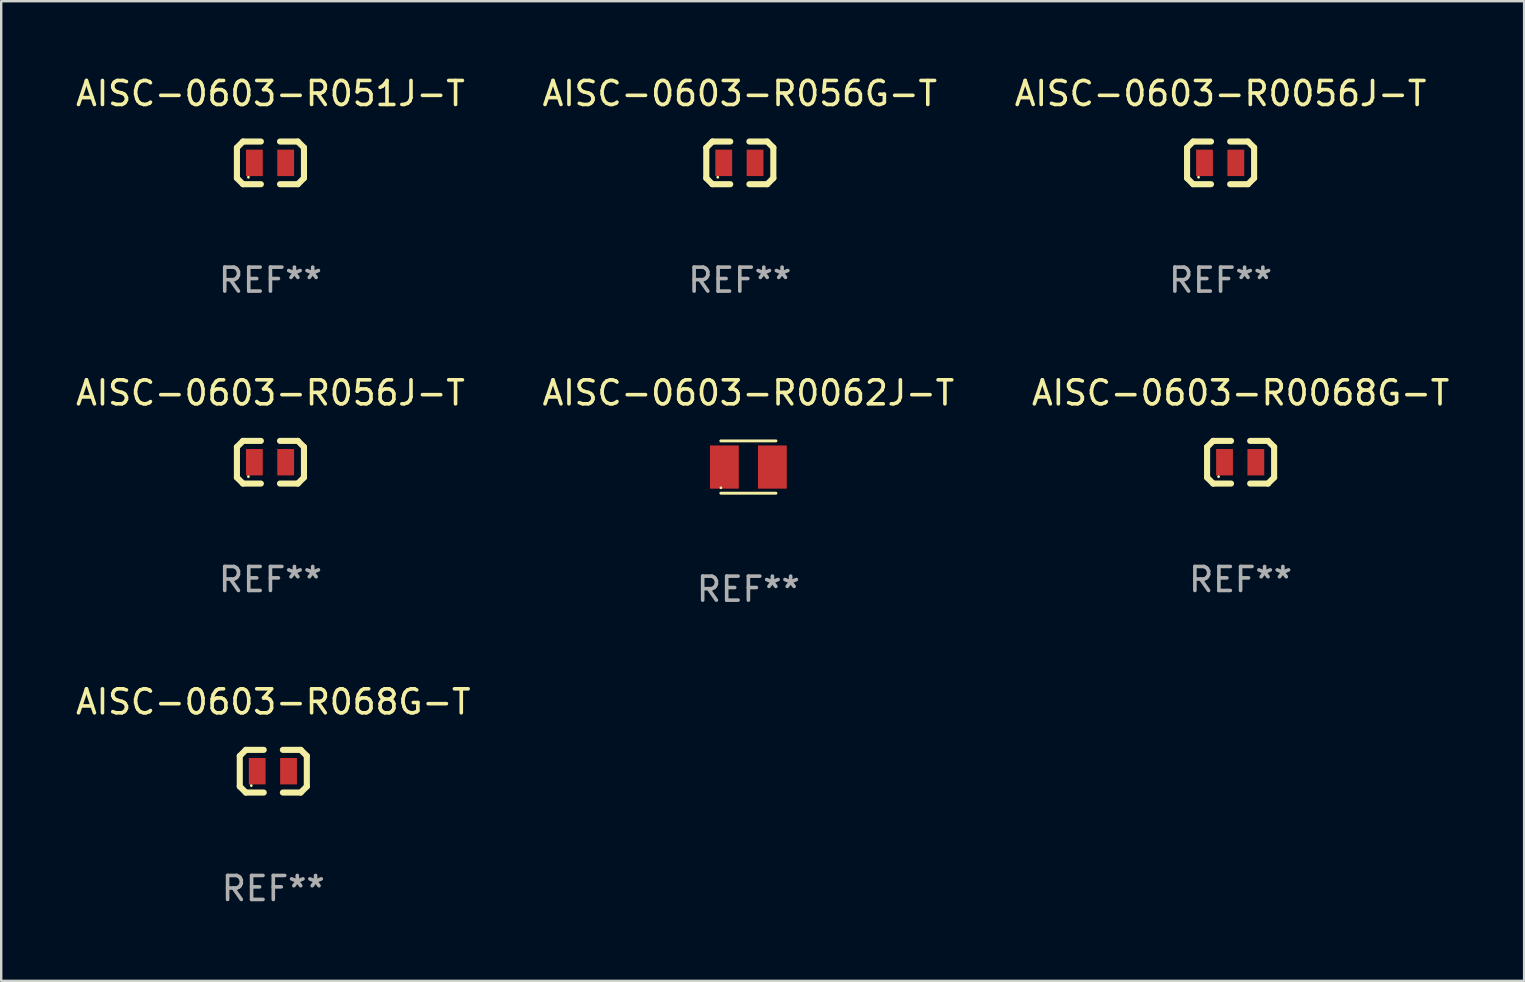
<source format=kicad_pcb>
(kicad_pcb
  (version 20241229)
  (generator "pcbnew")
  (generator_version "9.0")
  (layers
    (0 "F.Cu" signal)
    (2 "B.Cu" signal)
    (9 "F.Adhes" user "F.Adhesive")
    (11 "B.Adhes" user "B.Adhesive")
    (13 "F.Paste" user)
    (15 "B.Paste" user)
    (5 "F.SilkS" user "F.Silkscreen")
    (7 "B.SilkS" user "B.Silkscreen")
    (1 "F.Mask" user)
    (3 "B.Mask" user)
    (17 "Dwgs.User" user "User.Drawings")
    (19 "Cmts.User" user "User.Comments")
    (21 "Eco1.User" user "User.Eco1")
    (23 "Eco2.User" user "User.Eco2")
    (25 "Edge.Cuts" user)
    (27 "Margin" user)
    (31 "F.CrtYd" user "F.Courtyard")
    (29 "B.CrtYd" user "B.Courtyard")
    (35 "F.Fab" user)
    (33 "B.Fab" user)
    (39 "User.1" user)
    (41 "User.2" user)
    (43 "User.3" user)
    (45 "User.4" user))
  (footprint "AISC-0603-R056J-T"
    (layer "F.Cu")
    (at 8.22 16.212)
    (property "Reference" "AISC-0603-R056J-T" (at 0 -2.889 0) (layer "F.SilkS") (effects (font (size 1 1) (thickness 0.15))))
    (attr through_hole)
    (fp_line (start -1.397 -0.635) (end -1.397 0.635) (stroke (width 0.254) (type solid)) (layer "F.SilkS"))
    (fp_line (start -1.397 0.635) (end -1.143 0.889) (stroke (width 0.254) (type solid)) (layer "F.SilkS"))
    (fp_line (start -1.143 -0.889) (end -1.397 -0.635) (stroke (width 0.254) (type solid)) (layer "F.SilkS"))
    (fp_line (start -1.143 -0.889) (end -0.399 -0.889) (stroke (width 0.254) (type solid)) (layer "F.SilkS"))
    (fp_line (start -1.143 0.889) (end -0.399 0.889) (stroke (width 0.254) (type solid)) (layer "F.SilkS"))
    (fp_line (start 1.143 -0.889) (end 0.399 -0.889) (stroke (width 0.254) (type solid)) (layer "F.SilkS"))
    (fp_line (start 1.143 0.889) (end 0.399 0.889) (stroke (width 0.254) (type solid)) (layer "F.SilkS"))
    (fp_line (start 1.143 0.889) (end 1.397 0.635) (stroke (width 0.254) (type solid)) (layer "F.SilkS"))
    (fp_line (start 1.397 -0.635) (end 1.143 -0.889) (stroke (width 0.254) (type solid)) (layer "F.SilkS"))
    (fp_line (start 1.397 0.635) (end 1.397 -0.635) (stroke (width 0.254) (type solid)) (layer "F.SilkS"))
    (fp_circle (center -0.918 0.6) (end -0.888 0.6) (stroke (width 0.06) (type solid)) (fill no) (layer "F.SilkS"))
    (fp_text user "REF**" (at 0 4.889 0) (layer "F.Fab") (effects (font (size 1 1) (thickness 0.15))))
    (pad "1" smd rect (at -0.67 0) (size 0.7 1.1) (layers "F.Cu" "F.Mask" "F.Paste"))
    (pad "2" smd rect (at 0.635 0) (size 0.7 1.1) (layers "F.Cu" "F.Mask" "F.Paste")))
  (footprint "AISC-0603-R0056J-T"
    (layer "F.Cu")
    (at 47.815 3.737)
    (property "Reference" "AISC-0603-R0056J-T" (at 0 -2.889 0) (layer "F.SilkS") (effects (font (size 1 1) (thickness 0.15))))
    (attr through_hole)
    (fp_line (start -1.397 -0.635) (end -1.397 0.635) (stroke (width 0.254) (type solid)) (layer "F.SilkS"))
    (fp_line (start -1.397 0.635) (end -1.143 0.889) (stroke (width 0.254) (type solid)) (layer "F.SilkS"))
    (fp_line (start -1.143 -0.889) (end -1.397 -0.635) (stroke (width 0.254) (type solid)) (layer "F.SilkS"))
    (fp_line (start -1.143 -0.889) (end -0.399 -0.889) (stroke (width 0.254) (type solid)) (layer "F.SilkS"))
    (fp_line (start -1.143 0.889) (end -0.399 0.889) (stroke (width 0.254) (type solid)) (layer "F.SilkS"))
    (fp_line (start 1.143 -0.889) (end 0.399 -0.889) (stroke (width 0.254) (type solid)) (layer "F.SilkS"))
    (fp_line (start 1.143 0.889) (end 0.399 0.889) (stroke (width 0.254) (type solid)) (layer "F.SilkS"))
    (fp_line (start 1.143 0.889) (end 1.397 0.635) (stroke (width 0.254) (type solid)) (layer "F.SilkS"))
    (fp_line (start 1.397 -0.635) (end 1.143 -0.889) (stroke (width 0.254) (type solid)) (layer "F.SilkS"))
    (fp_line (start 1.397 0.635) (end 1.397 -0.635) (stroke (width 0.254) (type solid)) (layer "F.SilkS"))
    (fp_circle (center -0.918 0.6) (end -0.888 0.6) (stroke (width 0.06) (type solid)) (fill no) (layer "F.SilkS"))
    (fp_text user "REF**" (at 0 4.889 0) (layer "F.Fab") (effects (font (size 1 1) (thickness 0.15))))
    (pad "1" smd rect (at -0.67 0) (size 0.7 1.1) (layers "F.Cu" "F.Mask" "F.Paste"))
    (pad "2" smd rect (at 0.635 0) (size 0.7 1.1) (layers "F.Cu" "F.Mask" "F.Paste")))
  (footprint "AISC-0603-R068G-T"
    (layer "F.Cu")
    (at 8.339 29.088)
    (property "Reference" "AISC-0603-R068G-T" (at 0 -2.889 0) (layer "F.SilkS") (effects (font (size 1 1) (thickness 0.15))))
    (attr through_hole)
    (fp_line (start -1.397 -0.635) (end -1.397 0.635) (stroke (width 0.254) (type solid)) (layer "F.SilkS"))
    (fp_line (start -1.397 0.635) (end -1.143 0.889) (stroke (width 0.254) (type solid)) (layer "F.SilkS"))
    (fp_line (start -1.143 -0.889) (end -1.397 -0.635) (stroke (width 0.254) (type solid)) (layer "F.SilkS"))
    (fp_line (start -1.143 -0.889) (end -0.399 -0.889) (stroke (width 0.254) (type solid)) (layer "F.SilkS"))
    (fp_line (start -1.143 0.889) (end -0.399 0.889) (stroke (width 0.254) (type solid)) (layer "F.SilkS"))
    (fp_line (start 1.143 -0.889) (end 0.399 -0.889) (stroke (width 0.254) (type solid)) (layer "F.SilkS"))
    (fp_line (start 1.143 0.889) (end 0.399 0.889) (stroke (width 0.254) (type solid)) (layer "F.SilkS"))
    (fp_line (start 1.143 0.889) (end 1.397 0.635) (stroke (width 0.254) (type solid)) (layer "F.SilkS"))
    (fp_line (start 1.397 -0.635) (end 1.143 -0.889) (stroke (width 0.254) (type solid)) (layer "F.SilkS"))
    (fp_line (start 1.397 0.635) (end 1.397 -0.635) (stroke (width 0.254) (type solid)) (layer "F.SilkS"))
    (fp_circle (center -0.918 0.6) (end -0.888 0.6) (stroke (width 0.06) (type solid)) (fill no) (layer "F.SilkS"))
    (fp_text user "REF**" (at 0 4.889 0) (layer "F.Fab") (effects (font (size 1 1) (thickness 0.15))))
    (pad "1" smd rect (at -0.67 0) (size 0.7 1.1) (layers "F.Cu" "F.Mask" "F.Paste"))
    (pad "2" smd rect (at 0.635 0) (size 0.7 1.1) (layers "F.Cu" "F.Mask" "F.Paste")))
  (footprint "AISC-0603-R056G-T"
    (layer "F.Cu")
    (at 27.78 3.737)
    (property "Reference" "AISC-0603-R056G-T" (at 0 -2.889 0) (layer "F.SilkS") (effects (font (size 1 1) (thickness 0.15))))
    (attr through_hole)
    (fp_line (start -1.397 -0.635) (end -1.397 0.635) (stroke (width 0.254) (type solid)) (layer "F.SilkS"))
    (fp_line (start -1.397 0.635) (end -1.143 0.889) (stroke (width 0.254) (type solid)) (layer "F.SilkS"))
    (fp_line (start -1.143 -0.889) (end -1.397 -0.635) (stroke (width 0.254) (type solid)) (layer "F.SilkS"))
    (fp_line (start -1.143 -0.889) (end -0.399 -0.889) (stroke (width 0.254) (type solid)) (layer "F.SilkS"))
    (fp_line (start -1.143 0.889) (end -0.399 0.889) (stroke (width 0.254) (type solid)) (layer "F.SilkS"))
    (fp_line (start 1.143 -0.889) (end 0.399 -0.889) (stroke (width 0.254) (type solid)) (layer "F.SilkS"))
    (fp_line (start 1.143 0.889) (end 0.399 0.889) (stroke (width 0.254) (type solid)) (layer "F.SilkS"))
    (fp_line (start 1.143 0.889) (end 1.397 0.635) (stroke (width 0.254) (type solid)) (layer "F.SilkS"))
    (fp_line (start 1.397 -0.635) (end 1.143 -0.889) (stroke (width 0.254) (type solid)) (layer "F.SilkS"))
    (fp_line (start 1.397 0.635) (end 1.397 -0.635) (stroke (width 0.254) (type solid)) (layer "F.SilkS"))
    (fp_circle (center -0.918 0.6) (end -0.888 0.6) (stroke (width 0.06) (type solid)) (fill no) (layer "F.SilkS"))
    (fp_text user "REF**" (at 0 4.889 0) (layer "F.Fab") (effects (font (size 1 1) (thickness 0.15))))
    (pad "1" smd rect (at -0.67 0) (size 0.7 1.1) (layers "F.Cu" "F.Mask" "F.Paste"))
    (pad "2" smd rect (at 0.635 0) (size 0.7 1.1) (layers "F.Cu" "F.Mask" "F.Paste")))
  (footprint "AISC-0603-R051J-T"
    (layer "F.Cu")
    (at 8.22 3.737)
    (property "Reference" "AISC-0603-R051J-T" (at 0 -2.889 0) (layer "F.SilkS") (effects (font (size 1 1) (thickness 0.15))))
    (attr through_hole)
    (fp_line (start -1.397 -0.635) (end -1.397 0.635) (stroke (width 0.254) (type solid)) (layer "F.SilkS"))
    (fp_line (start -1.397 0.635) (end -1.143 0.889) (stroke (width 0.254) (type solid)) (layer "F.SilkS"))
    (fp_line (start -1.143 -0.889) (end -1.397 -0.635) (stroke (width 0.254) (type solid)) (layer "F.SilkS"))
    (fp_line (start -1.143 -0.889) (end -0.399 -0.889) (stroke (width 0.254) (type solid)) (layer "F.SilkS"))
    (fp_line (start -1.143 0.889) (end -0.399 0.889) (stroke (width 0.254) (type solid)) (layer "F.SilkS"))
    (fp_line (start 1.143 -0.889) (end 0.399 -0.889) (stroke (width 0.254) (type solid)) (layer "F.SilkS"))
    (fp_line (start 1.143 0.889) (end 0.399 0.889) (stroke (width 0.254) (type solid)) (layer "F.SilkS"))
    (fp_line (start 1.143 0.889) (end 1.397 0.635) (stroke (width 0.254) (type solid)) (layer "F.SilkS"))
    (fp_line (start 1.397 -0.635) (end 1.143 -0.889) (stroke (width 0.254) (type solid)) (layer "F.SilkS"))
    (fp_line (start 1.397 0.635) (end 1.397 -0.635) (stroke (width 0.254) (type solid)) (layer "F.SilkS"))
    (fp_circle (center -0.918 0.6) (end -0.888 0.6) (stroke (width 0.06) (type solid)) (fill no) (layer "F.SilkS"))
    (fp_text user "REF**" (at 0 4.889 0) (layer "F.Fab") (effects (font (size 1 1) (thickness 0.15))))
    (pad "1" smd rect (at -0.67 0) (size 0.7 1.1) (layers "F.Cu" "F.Mask" "F.Paste"))
    (pad "2" smd rect (at 0.635 0) (size 0.7 1.1) (layers "F.Cu" "F.Mask" "F.Paste")))
  (footprint "AISC-0603-R0068G-T"
    (layer "F.Cu")
    (at 48.649 16.212)
    (property "Reference" "AISC-0603-R0068G-T" (at 0 -2.889 0) (layer "F.SilkS") (effects (font (size 1 1) (thickness 0.15))))
    (attr through_hole)
    (fp_line (start -1.397 -0.635) (end -1.397 0.635) (stroke (width 0.254) (type solid)) (layer "F.SilkS"))
    (fp_line (start -1.397 0.635) (end -1.143 0.889) (stroke (width 0.254) (type solid)) (layer "F.SilkS"))
    (fp_line (start -1.143 -0.889) (end -1.397 -0.635) (stroke (width 0.254) (type solid)) (layer "F.SilkS"))
    (fp_line (start -1.143 -0.889) (end -0.399 -0.889) (stroke (width 0.254) (type solid)) (layer "F.SilkS"))
    (fp_line (start -1.143 0.889) (end -0.399 0.889) (stroke (width 0.254) (type solid)) (layer "F.SilkS"))
    (fp_line (start 1.143 -0.889) (end 0.399 -0.889) (stroke (width 0.254) (type solid)) (layer "F.SilkS"))
    (fp_line (start 1.143 0.889) (end 0.399 0.889) (stroke (width 0.254) (type solid)) (layer "F.SilkS"))
    (fp_line (start 1.143 0.889) (end 1.397 0.635) (stroke (width 0.254) (type solid)) (layer "F.SilkS"))
    (fp_line (start 1.397 -0.635) (end 1.143 -0.889) (stroke (width 0.254) (type solid)) (layer "F.SilkS"))
    (fp_line (start 1.397 0.635) (end 1.397 -0.635) (stroke (width 0.254) (type solid)) (layer "F.SilkS"))
    (fp_circle (center -0.918 0.6) (end -0.888 0.6) (stroke (width 0.06) (type solid)) (fill no) (layer "F.SilkS"))
    (fp_text user "REF**" (at 0 4.889 0) (layer "F.Fab") (effects (font (size 1 1) (thickness 0.15))))
    (pad "1" smd rect (at -0.67 0) (size 0.7 1.1) (layers "F.Cu" "F.Mask" "F.Paste"))
    (pad "2" smd rect (at 0.635 0) (size 0.7 1.1) (layers "F.Cu" "F.Mask" "F.Paste")))
  (footprint "AISC-0603-R0062J-T"
    (layer "F.Cu")
    (at 28.137 16.413)
    (property "Reference" "AISC-0603-R0062J-T" (at 0 -3.09 0) (layer "F.SilkS") (effects (font (size 1 1) (thickness 0.15))))
    (attr through_hole)
    (fp_line (start -1.15 1.09) (end 1.15 1.09) (stroke (width 0.12) (type solid)) (layer "F.SilkS"))
    (fp_line (start 1.15 -1.09) (end -1.15 -1.09) (stroke (width 0.12) (type solid)) (layer "F.SilkS"))
    (fp_circle (center -1.145 0.865) (end -1.115 0.865) (stroke (width 0.06) (type solid)) (fill no) (layer "F.SilkS"))
    (fp_text user "REF**" (at 0 5.09 0) (layer "F.Fab") (effects (font (size 1 1) (thickness 0.15))))
    (pad "1" smd rect (at -1 0 90) (size 1.8 1.2) (layers "F.Cu" "F.Mask" "F.Paste"))
    (pad "2" smd rect (at 1 0 90) (size 1.8 1.2) (layers "F.Cu" "F.Mask" "F.Paste")))
  (gr_rect
    (start -3 -3)
    (end 60.464 37.826)
    (stroke (width 0.1) (type default))
    (fill no)
    (layer "Edge.Cuts")))
</source>
